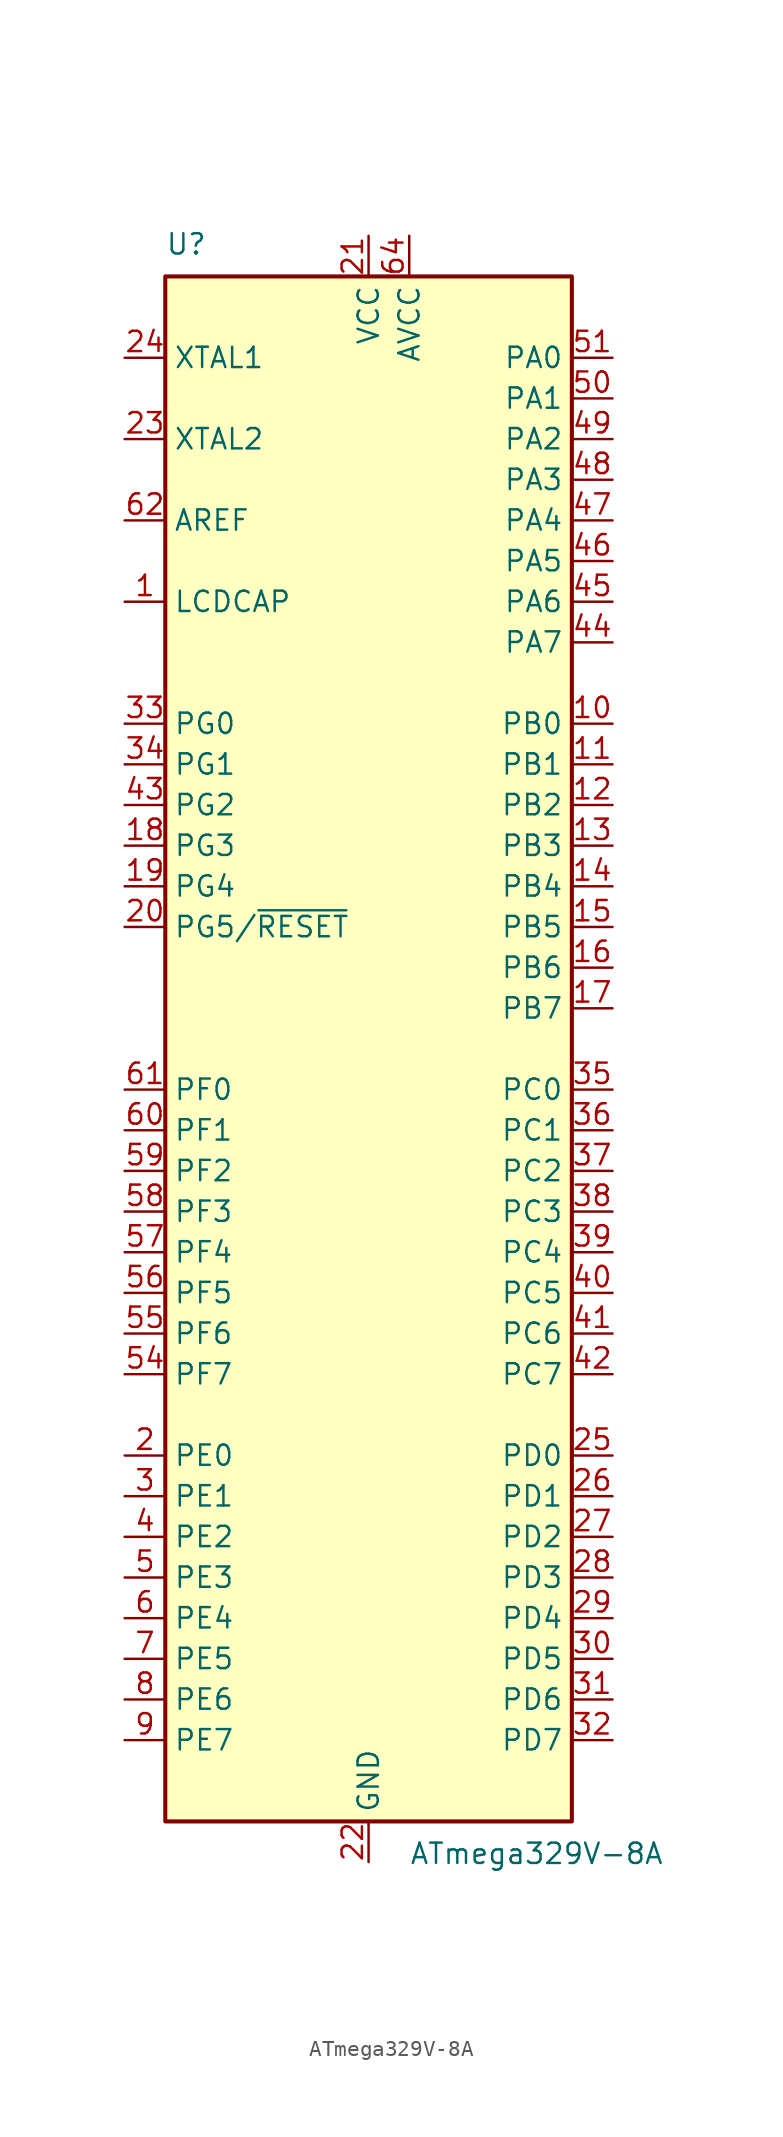
<source format=kicad_sym>
(kicad_symbol_lib
  (version 20211014)
  (generator kicad_symbol_editor)
  (symbol "ATmega329V-8A"
    (property "Reference" "U"
      (at -12.7 49.53 0)
      (effects (font (size 1.27 1.27)) (justify left bottom)))
    (property "Value" "ATmega329V-8A"
      (at 2.54 -49.53 0)
      (effects (font (size 1.27 1.27)) (justify left top)))
    (symbol "ATmega329V-8A_0_1"
      (rectangle (start -12.7 -48.26) (end 12.7 48.26) (stroke (width 0.254) (type default) (color 0 0 0 0)) (fill (type background))))
    (symbol "ATmega329V-8A_1_1"
      (pin passive line (at -15.24 27.94 0) (length 2.54) (name "LCDCAP" (effects (font (size 1.27 1.27)))) (number "1" (effects (font (size 1.27 1.27)))))
      (pin bidirectional line (at 15.24 20.32 180) (length 2.54) (name "PB0" (effects (font (size 1.27 1.27)))) (number "10" (effects (font (size 1.27 1.27)))))
      (pin bidirectional line (at 15.24 17.78 180) (length 2.54) (name "PB1" (effects (font (size 1.27 1.27)))) (number "11" (effects (font (size 1.27 1.27)))))
      (pin bidirectional line (at 15.24 15.24 180) (length 2.54) (name "PB2" (effects (font (size 1.27 1.27)))) (number "12" (effects (font (size 1.27 1.27)))))
      (pin bidirectional line (at 15.24 12.7 180) (length 2.54) (name "PB3" (effects (font (size 1.27 1.27)))) (number "13" (effects (font (size 1.27 1.27)))))
      (pin bidirectional line (at 15.24 10.16 180) (length 2.54) (name "PB4" (effects (font (size 1.27 1.27)))) (number "14" (effects (font (size 1.27 1.27)))))
      (pin bidirectional line (at 15.24 7.62 180) (length 2.54) (name "PB5" (effects (font (size 1.27 1.27)))) (number "15" (effects (font (size 1.27 1.27)))))
      (pin bidirectional line (at 15.24 5.08 180) (length 2.54) (name "PB6" (effects (font (size 1.27 1.27)))) (number "16" (effects (font (size 1.27 1.27)))))
      (pin bidirectional line (at 15.24 2.54 180) (length 2.54) (name "PB7" (effects (font (size 1.27 1.27)))) (number "17" (effects (font (size 1.27 1.27)))))
      (pin bidirectional line (at -15.24 12.7 0) (length 2.54) (name "PG3" (effects (font (size 1.27 1.27)))) (number "18" (effects (font (size 1.27 1.27)))))
      (pin bidirectional line (at -15.24 10.16 0) (length 2.54) (name "PG4" (effects (font (size 1.27 1.27)))) (number "19" (effects (font (size 1.27 1.27)))))
      (pin bidirectional line (at -15.24 -25.4 0) (length 2.54) (name "PE0" (effects (font (size 1.27 1.27)))) (number "2" (effects (font (size 1.27 1.27)))))
      (pin bidirectional line (at -15.24 7.62 0) (length 2.54) (name "PG5/~{RESET}" (effects (font (size 1.27 1.27)))) (number "20" (effects (font (size 1.27 1.27)))))
      (pin power_in line (at 0 50.8 270) (length 2.54) (name "VCC" (effects (font (size 1.27 1.27)))) (number "21" (effects (font (size 1.27 1.27)))))
      (pin power_in line (at 0 -50.8 90) (length 2.54) (name "GND" (effects (font (size 1.27 1.27)))) (number "22" (effects (font (size 1.27 1.27)))))
      (pin output line (at -15.24 38.1 0) (length 2.54) (name "XTAL2" (effects (font (size 1.27 1.27)))) (number "23" (effects (font (size 1.27 1.27)))))
      (pin input line (at -15.24 43.18 0) (length 2.54) (name "XTAL1" (effects (font (size 1.27 1.27)))) (number "24" (effects (font (size 1.27 1.27)))))
      (pin bidirectional line (at 15.24 -25.4 180) (length 2.54) (name "PD0" (effects (font (size 1.27 1.27)))) (number "25" (effects (font (size 1.27 1.27)))))
      (pin bidirectional line (at 15.24 -27.94 180) (length 2.54) (name "PD1" (effects (font (size 1.27 1.27)))) (number "26" (effects (font (size 1.27 1.27)))))
      (pin bidirectional line (at 15.24 -30.48 180) (length 2.54) (name "PD2" (effects (font (size 1.27 1.27)))) (number "27" (effects (font (size 1.27 1.27)))))
      (pin bidirectional line (at 15.24 -33.02 180) (length 2.54) (name "PD3" (effects (font (size 1.27 1.27)))) (number "28" (effects (font (size 1.27 1.27)))))
      (pin bidirectional line (at 15.24 -35.56 180) (length 2.54) (name "PD4" (effects (font (size 1.27 1.27)))) (number "29" (effects (font (size 1.27 1.27)))))
      (pin bidirectional line (at -15.24 -27.94 0) (length 2.54) (name "PE1" (effects (font (size 1.27 1.27)))) (number "3" (effects (font (size 1.27 1.27)))))
      (pin bidirectional line (at 15.24 -38.1 180) (length 2.54) (name "PD5" (effects (font (size 1.27 1.27)))) (number "30" (effects (font (size 1.27 1.27)))))
      (pin bidirectional line (at 15.24 -40.64 180) (length 2.54) (name "PD6" (effects (font (size 1.27 1.27)))) (number "31" (effects (font (size 1.27 1.27)))))
      (pin bidirectional line (at 15.24 -43.18 180) (length 2.54) (name "PD7" (effects (font (size 1.27 1.27)))) (number "32" (effects (font (size 1.27 1.27)))))
      (pin bidirectional line (at -15.24 20.32 0) (length 2.54) (name "PG0" (effects (font (size 1.27 1.27)))) (number "33" (effects (font (size 1.27 1.27)))))
      (pin bidirectional line (at -15.24 17.78 0) (length 2.54) (name "PG1" (effects (font (size 1.27 1.27)))) (number "34" (effects (font (size 1.27 1.27)))))
      (pin bidirectional line (at 15.24 -2.54 180) (length 2.54) (name "PC0" (effects (font (size 1.27 1.27)))) (number "35" (effects (font (size 1.27 1.27)))))
      (pin bidirectional line (at 15.24 -5.08 180) (length 2.54) (name "PC1" (effects (font (size 1.27 1.27)))) (number "36" (effects (font (size 1.27 1.27)))))
      (pin bidirectional line (at 15.24 -7.62 180) (length 2.54) (name "PC2" (effects (font (size 1.27 1.27)))) (number "37" (effects (font (size 1.27 1.27)))))
      (pin bidirectional line (at 15.24 -10.16 180) (length 2.54) (name "PC3" (effects (font (size 1.27 1.27)))) (number "38" (effects (font (size 1.27 1.27)))))
      (pin bidirectional line (at 15.24 -12.7 180) (length 2.54) (name "PC4" (effects (font (size 1.27 1.27)))) (number "39" (effects (font (size 1.27 1.27)))))
      (pin bidirectional line (at -15.24 -30.48 0) (length 2.54) (name "PE2" (effects (font (size 1.27 1.27)))) (number "4" (effects (font (size 1.27 1.27)))))
      (pin bidirectional line (at 15.24 -15.24 180) (length 2.54) (name "PC5" (effects (font (size 1.27 1.27)))) (number "40" (effects (font (size 1.27 1.27)))))
      (pin bidirectional line (at 15.24 -17.78 180) (length 2.54) (name "PC6" (effects (font (size 1.27 1.27)))) (number "41" (effects (font (size 1.27 1.27)))))
      (pin bidirectional line (at 15.24 -20.32 180) (length 2.54) (name "PC7" (effects (font (size 1.27 1.27)))) (number "42" (effects (font (size 1.27 1.27)))))
      (pin bidirectional line (at -15.24 15.24 0) (length 2.54) (name "PG2" (effects (font (size 1.27 1.27)))) (number "43" (effects (font (size 1.27 1.27)))))
      (pin bidirectional line (at 15.24 25.4 180) (length 2.54) (name "PA7" (effects (font (size 1.27 1.27)))) (number "44" (effects (font (size 1.27 1.27)))))
      (pin bidirectional line (at 15.24 27.94 180) (length 2.54) (name "PA6" (effects (font (size 1.27 1.27)))) (number "45" (effects (font (size 1.27 1.27)))))
      (pin bidirectional line (at 15.24 30.48 180) (length 2.54) (name "PA5" (effects (font (size 1.27 1.27)))) (number "46" (effects (font (size 1.27 1.27)))))
      (pin bidirectional line (at 15.24 33.02 180) (length 2.54) (name "PA4" (effects (font (size 1.27 1.27)))) (number "47" (effects (font (size 1.27 1.27)))))
      (pin bidirectional line (at 15.24 35.56 180) (length 2.54) (name "PA3" (effects (font (size 1.27 1.27)))) (number "48" (effects (font (size 1.27 1.27)))))
      (pin bidirectional line (at 15.24 38.1 180) (length 2.54) (name "PA2" (effects (font (size 1.27 1.27)))) (number "49" (effects (font (size 1.27 1.27)))))
      (pin bidirectional line (at -15.24 -33.02 0) (length 2.54) (name "PE3" (effects (font (size 1.27 1.27)))) (number "5" (effects (font (size 1.27 1.27)))))
      (pin bidirectional line (at 15.24 40.64 180) (length 2.54) (name "PA1" (effects (font (size 1.27 1.27)))) (number "50" (effects (font (size 1.27 1.27)))))
      (pin bidirectional line (at 15.24 43.18 180) (length 2.54) (name "PA0" (effects (font (size 1.27 1.27)))) (number "51" (effects (font (size 1.27 1.27)))))
      (pin passive line (at 0 50.8 270) (length 2.54) hide (name "VCC" (effects (font (size 1.27 1.27)))) (number "52" (effects (font (size 1.27 1.27)))))
      (pin passive line (at 0 -50.8 90) (length 2.54) hide (name "GND" (effects (font (size 1.27 1.27)))) (number "53" (effects (font (size 1.27 1.27)))))
      (pin bidirectional line (at -15.24 -20.32 0) (length 2.54) (name "PF7" (effects (font (size 1.27 1.27)))) (number "54" (effects (font (size 1.27 1.27)))))
      (pin bidirectional line (at -15.24 -17.78 0) (length 2.54) (name "PF6" (effects (font (size 1.27 1.27)))) (number "55" (effects (font (size 1.27 1.27)))))
      (pin bidirectional line (at -15.24 -15.24 0) (length 2.54) (name "PF5" (effects (font (size 1.27 1.27)))) (number "56" (effects (font (size 1.27 1.27)))))
      (pin bidirectional line (at -15.24 -12.7 0) (length 2.54) (name "PF4" (effects (font (size 1.27 1.27)))) (number "57" (effects (font (size 1.27 1.27)))))
      (pin bidirectional line (at -15.24 -10.16 0) (length 2.54) (name "PF3" (effects (font (size 1.27 1.27)))) (number "58" (effects (font (size 1.27 1.27)))))
      (pin bidirectional line (at -15.24 -7.62 0) (length 2.54) (name "PF2" (effects (font (size 1.27 1.27)))) (number "59" (effects (font (size 1.27 1.27)))))
      (pin bidirectional line (at -15.24 -35.56 0) (length 2.54) (name "PE4" (effects (font (size 1.27 1.27)))) (number "6" (effects (font (size 1.27 1.27)))))
      (pin bidirectional line (at -15.24 -5.08 0) (length 2.54) (name "PF1" (effects (font (size 1.27 1.27)))) (number "60" (effects (font (size 1.27 1.27)))))
      (pin bidirectional line (at -15.24 -2.54 0) (length 2.54) (name "PF0" (effects (font (size 1.27 1.27)))) (number "61" (effects (font (size 1.27 1.27)))))
      (pin passive line (at -15.24 33.02 0) (length 2.54) (name "AREF" (effects (font (size 1.27 1.27)))) (number "62" (effects (font (size 1.27 1.27)))))
      (pin passive line (at 0 -50.8 90) (length 2.54) hide (name "GND" (effects (font (size 1.27 1.27)))) (number "63" (effects (font (size 1.27 1.27)))))
      (pin power_in line (at 2.54 50.8 270) (length 2.54) (name "AVCC" (effects (font (size 1.27 1.27)))) (number "64" (effects (font (size 1.27 1.27)))))
      (pin bidirectional line (at -15.24 -38.1 0) (length 2.54) (name "PE5" (effects (font (size 1.27 1.27)))) (number "7" (effects (font (size 1.27 1.27)))))
      (pin bidirectional line (at -15.24 -40.64 0) (length 2.54) (name "PE6" (effects (font (size 1.27 1.27)))) (number "8" (effects (font (size 1.27 1.27)))))
      (pin bidirectional line (at -15.24 -43.18 0) (length 2.54) (name "PE7" (effects (font (size 1.27 1.27)))) (number "9" (effects (font (size 1.27 1.27))))))))
</source>
